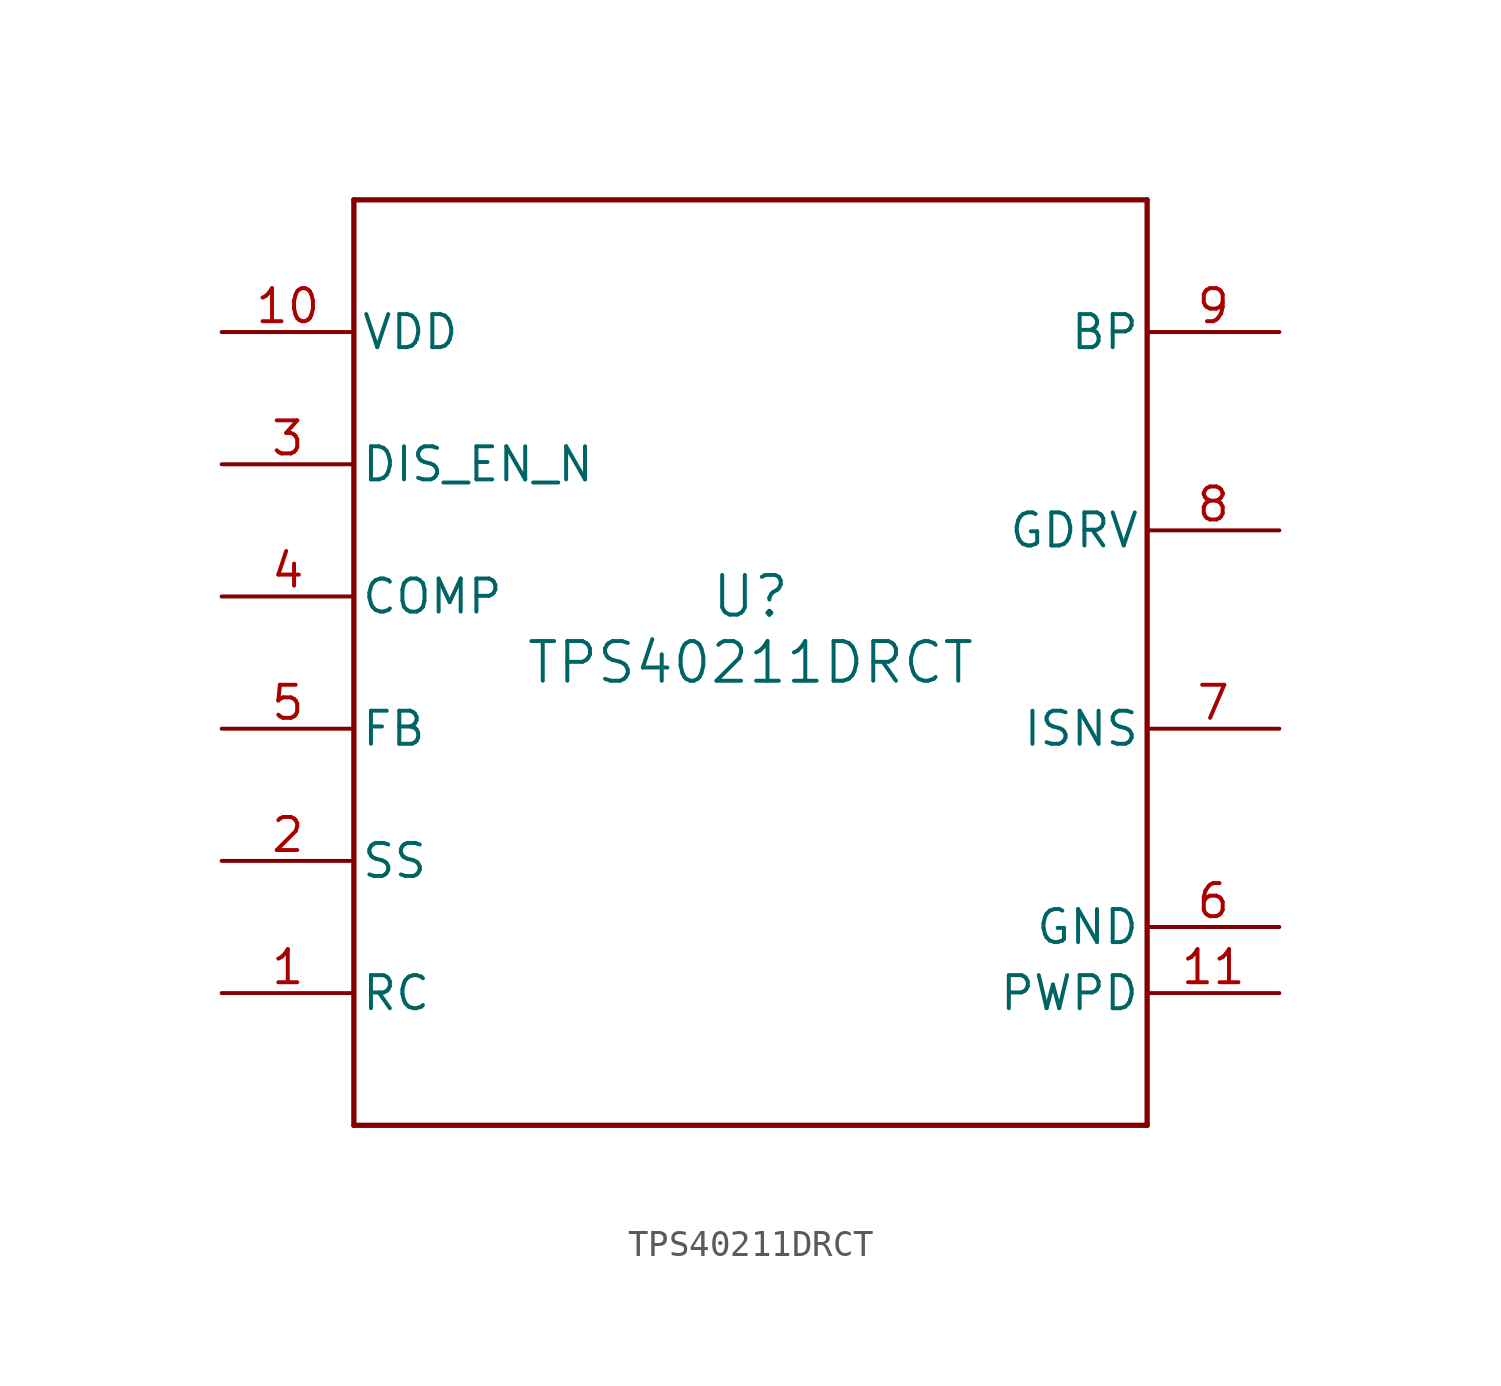
<source format=kicad_sym>
(kicad_symbol_lib
  (version 20211014)
  (generator kicad_symbol_editor)
  (symbol "TPS40211DRCT"
    (pin_names
      (offset 0.254))
    (property "Reference" "U"
      (at 0 2.54 0)
      (effects (font (size 1.524 1.524))))
    (property "Value" "TPS40211DRCT"
      (at 0 0 0)
      (effects (font (size 1.524 1.524))))
    (symbol "TPS40211DRCT_0_1"
      (polyline (pts (xy -15.24 -17.78) (xy 15.24 -17.78)) (stroke (width 0.203) (type default) (color 0 0 0 0)) (fill (type none)))
      (polyline (pts (xy 15.24 -17.78) (xy 15.24 17.78)) (stroke (width 0.203) (type default) (color 0 0 0 0)) (fill (type none)))
      (polyline (pts (xy 15.24 17.78) (xy -15.24 17.78)) (stroke (width 0.203) (type default) (color 0 0 0 0)) (fill (type none)))
      (polyline (pts (xy -15.24 17.78) (xy -15.24 -17.78)) (stroke (width 0.203) (type default) (color 0 0 0 0)) (fill (type none)))
      (pin input line (at -20.32 -12.7 0) (length 5.08) (name "RC" (effects (font (size 1.27 1.27)))) (number "1" (effects (font (size 1.27 1.27)))))
      (pin input line (at -20.32 -7.62 0) (length 5.08) (name "SS" (effects (font (size 1.27 1.27)))) (number "2" (effects (font (size 1.27 1.27)))))
      (pin input line (at -20.32 7.62 0) (length 5.08) (name "DIS_EN_N" (effects (font (size 1.27 1.27)))) (number "3" (effects (font (size 1.27 1.27)))))
      (pin output line (at -20.32 2.54 0) (length 5.08) (name "COMP" (effects (font (size 1.27 1.27)))) (number "4" (effects (font (size 1.27 1.27)))))
      (pin input line (at -20.32 -2.54 0) (length 5.08) (name "FB" (effects (font (size 1.27 1.27)))) (number "5" (effects (font (size 1.27 1.27)))))
      (pin power_in line (at 20.32 -10.16 180) (length 5.08) (name "GND" (effects (font (size 1.27 1.27)))) (number "6" (effects (font (size 1.27 1.27)))))
      (pin input line (at 20.32 -2.54 180) (length 5.08) (name "ISNS" (effects (font (size 1.27 1.27)))) (number "7" (effects (font (size 1.27 1.27)))))
      (pin power_in line (at 20.32 5.08 180) (length 5.08) (name "GDRV" (effects (font (size 1.27 1.27)))) (number "8" (effects (font (size 1.27 1.27)))))
      (pin power_in line (at 20.32 12.7 180) (length 5.08) (name "BP" (effects (font (size 1.27 1.27)))) (number "9" (effects (font (size 1.27 1.27)))))
      (pin power_in line (at -20.32 12.7 0) (length 5.08) (name "VDD" (effects (font (size 1.27 1.27)))) (number "10" (effects (font (size 1.27 1.27)))))
      (pin power_in line (at 20.32 -12.7 180) (length 5.08) (name "PWPD" (effects (font (size 1.27 1.27)))) (number "11" (effects (font (size 1.27 1.27))))))))
</source>
